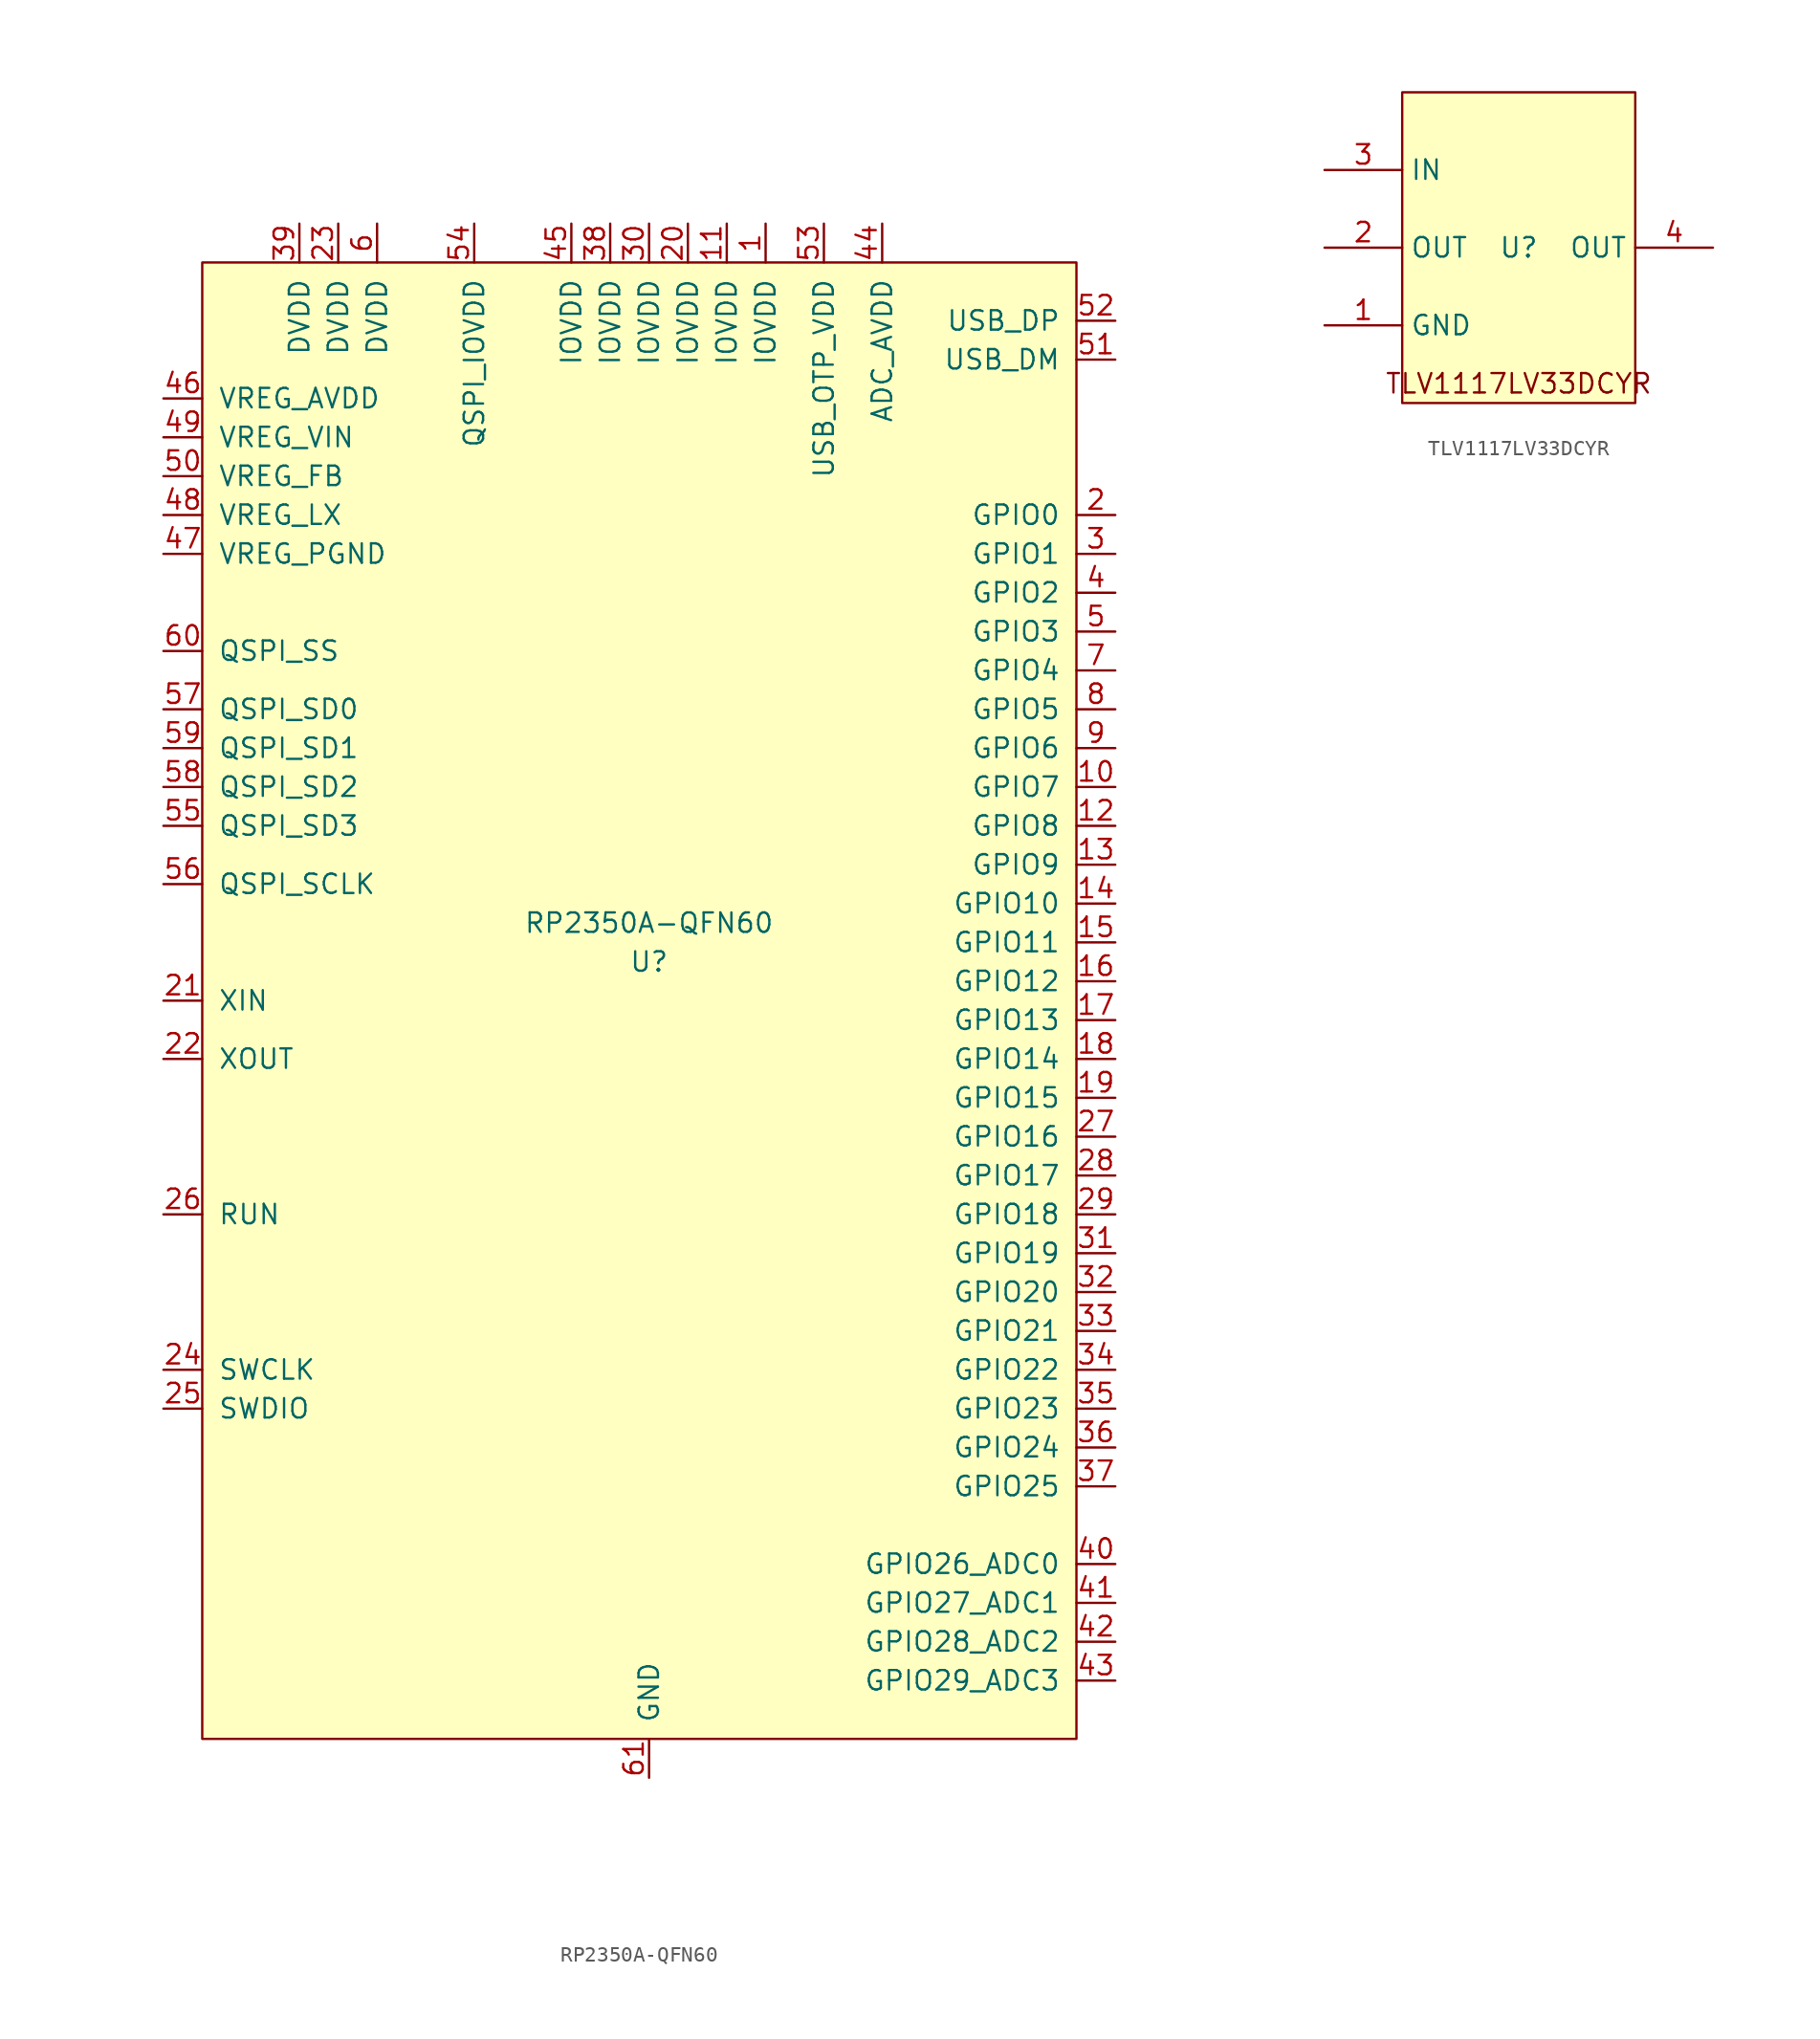
<source format=kicad_sym>
(kicad_symbol_lib
  (version 20241209)
  (generator "kicad_symbol_editor")
  (generator_version "9.0")
  (symbol "RP2350A-QFN60"
    (pin_names
      (offset 1.016))
    (property "Reference" "U"
      (at 0 -1.27 0)
      (effects (font (size 1.27 1.27))))
    (property "Value" "RP2350A-QFN60"
      (at 0 1.27 0)
      (effects (font (size 1.27 1.27))))
    (symbol "RP2350A-QFN60_1_0"
      (pin passive line (at 0 -54.61 90) (length 2.54) (name "GND" (effects (font (size 1.27 1.27)))) (number "61" (effects (font (size 1.27 1.27))))))
    (symbol "RP2350A-QFN60_1_1"
      (rectangle (start -29.21 44.45) (end 27.94 -52.07) (stroke (width 0) (type solid)) (fill (type background)))
      (pin power_in line (at -31.75 35.56 0) (length 2.54) (name "VREG_AVDD" (effects (font (size 1.27 1.27)))) (number "46" (effects (font (size 1.27 1.27)))))
      (pin power_in line (at -31.75 33.02 0) (length 2.54) (name "VREG_VIN" (effects (font (size 1.27 1.27)))) (number "49" (effects (font (size 1.27 1.27)))))
      (pin power_in line (at -31.75 30.48 0) (length 2.54) (name "VREG_FB" (effects (font (size 1.27 1.27)))) (number "50" (effects (font (size 1.27 1.27)))))
      (pin power_out line (at -31.75 27.94 0) (length 2.54) (name "VREG_LX" (effects (font (size 1.27 1.27)))) (number "48" (effects (font (size 1.27 1.27)))))
      (pin input line (at -31.75 25.4 0) (length 2.54) (name "VREG_PGND" (effects (font (size 1.27 1.27)))) (number "47" (effects (font (size 1.27 1.27)))))
      (pin bidirectional line (at -31.75 19.05 0) (length 2.54) (name "QSPI_SS" (effects (font (size 1.27 1.27)))) (number "60" (effects (font (size 1.27 1.27)))))
      (pin bidirectional line (at -31.75 15.24 0) (length 2.54) (name "QSPI_SD0" (effects (font (size 1.27 1.27)))) (number "57" (effects (font (size 1.27 1.27)))))
      (pin bidirectional line (at -31.75 12.7 0) (length 2.54) (name "QSPI_SD1" (effects (font (size 1.27 1.27)))) (number "59" (effects (font (size 1.27 1.27)))))
      (pin bidirectional line (at -31.75 10.16 0) (length 2.54) (name "QSPI_SD2" (effects (font (size 1.27 1.27)))) (number "58" (effects (font (size 1.27 1.27)))))
      (pin bidirectional line (at -31.75 7.62 0) (length 2.54) (name "QSPI_SD3" (effects (font (size 1.27 1.27)))) (number "55" (effects (font (size 1.27 1.27)))))
      (pin bidirectional line (at -31.75 3.81 0) (length 2.54) (name "QSPI_SCLK" (effects (font (size 1.27 1.27)))) (number "56" (effects (font (size 1.27 1.27)))))
      (pin input line (at -31.75 -3.81 0) (length 2.54) (name "XIN" (effects (font (size 1.27 1.27)))) (number "21" (effects (font (size 1.27 1.27)))))
      (pin output line (at -31.75 -7.62 0) (length 2.54) (name "XOUT" (effects (font (size 1.27 1.27)))) (number "22" (effects (font (size 1.27 1.27)))))
      (pin input line (at -31.75 -17.78 0) (length 2.54) (name "RUN" (effects (font (size 1.27 1.27)))) (number "26" (effects (font (size 1.27 1.27)))))
      (pin input line (at -31.75 -27.94 0) (length 2.54) (name "SWCLK" (effects (font (size 1.27 1.27)))) (number "24" (effects (font (size 1.27 1.27)))))
      (pin bidirectional line (at -31.75 -30.48 0) (length 2.54) (name "SWDIO" (effects (font (size 1.27 1.27)))) (number "25" (effects (font (size 1.27 1.27)))))
      (pin power_in line (at -22.86 46.99 270) (length 2.54) (name "DVDD" (effects (font (size 1.27 1.27)))) (number "39" (effects (font (size 1.27 1.27)))))
      (pin power_in line (at -20.32 46.99 270) (length 2.54) (name "DVDD" (effects (font (size 1.27 1.27)))) (number "23" (effects (font (size 1.27 1.27)))))
      (pin power_in line (at -17.78 46.99 270) (length 2.54) (name "DVDD" (effects (font (size 1.27 1.27)))) (number "6" (effects (font (size 1.27 1.27)))))
      (pin power_in line (at -11.43 46.99 270) (length 2.54) (name "QSPI_IOVDD" (effects (font (size 1.27 1.27)))) (number "54" (effects (font (size 1.27 1.27)))))
      (pin power_in line (at -5.08 46.99 270) (length 2.54) (name "IOVDD" (effects (font (size 1.27 1.27)))) (number "45" (effects (font (size 1.27 1.27)))))
      (pin power_in line (at -2.54 46.99 270) (length 2.54) (name "IOVDD" (effects (font (size 1.27 1.27)))) (number "38" (effects (font (size 1.27 1.27)))))
      (pin power_in line (at 0 46.99 270) (length 2.54) (name "IOVDD" (effects (font (size 1.27 1.27)))) (number "30" (effects (font (size 1.27 1.27)))))
      (pin power_in line (at 2.54 46.99 270) (length 2.54) (name "IOVDD" (effects (font (size 1.27 1.27)))) (number "20" (effects (font (size 1.27 1.27)))))
      (pin power_in line (at 5.08 46.99 270) (length 2.54) (name "IOVDD" (effects (font (size 1.27 1.27)))) (number "11" (effects (font (size 1.27 1.27)))))
      (pin power_in line (at 7.62 46.99 270) (length 2.54) (name "IOVDD" (effects (font (size 1.27 1.27)))) (number "1" (effects (font (size 1.27 1.27)))))
      (pin power_in line (at 11.43 46.99 270) (length 2.54) (name "USB_OTP_VDD" (effects (font (size 1.27 1.27)))) (number "53" (effects (font (size 1.27 1.27)))))
      (pin power_in line (at 15.24 46.99 270) (length 2.54) (name "ADC_AVDD" (effects (font (size 1.27 1.27)))) (number "44" (effects (font (size 1.27 1.27)))))
      (pin bidirectional line (at 30.48 40.64 180) (length 2.54) (name "USB_DP" (effects (font (size 1.27 1.27)))) (number "52" (effects (font (size 1.27 1.27)))))
      (pin bidirectional line (at 30.48 38.1 180) (length 2.54) (name "USB_DM" (effects (font (size 1.27 1.27)))) (number "51" (effects (font (size 1.27 1.27)))))
      (pin bidirectional line (at 30.48 27.94 180) (length 2.54) (name "GPIO0" (effects (font (size 1.27 1.27)))) (number "2" (effects (font (size 1.27 1.27)))))
      (pin bidirectional line (at 30.48 25.4 180) (length 2.54) (name "GPIO1" (effects (font (size 1.27 1.27)))) (number "3" (effects (font (size 1.27 1.27)))))
      (pin bidirectional line (at 30.48 22.86 180) (length 2.54) (name "GPIO2" (effects (font (size 1.27 1.27)))) (number "4" (effects (font (size 1.27 1.27)))))
      (pin bidirectional line (at 30.48 20.32 180) (length 2.54) (name "GPIO3" (effects (font (size 1.27 1.27)))) (number "5" (effects (font (size 1.27 1.27)))))
      (pin bidirectional line (at 30.48 17.78 180) (length 2.54) (name "GPIO4" (effects (font (size 1.27 1.27)))) (number "7" (effects (font (size 1.27 1.27)))))
      (pin bidirectional line (at 30.48 15.24 180) (length 2.54) (name "GPIO5" (effects (font (size 1.27 1.27)))) (number "8" (effects (font (size 1.27 1.27)))))
      (pin bidirectional line (at 30.48 12.7 180) (length 2.54) (name "GPIO6" (effects (font (size 1.27 1.27)))) (number "9" (effects (font (size 1.27 1.27)))))
      (pin bidirectional line (at 30.48 10.16 180) (length 2.54) (name "GPIO7" (effects (font (size 1.27 1.27)))) (number "10" (effects (font (size 1.27 1.27)))))
      (pin bidirectional line (at 30.48 7.62 180) (length 2.54) (name "GPIO8" (effects (font (size 1.27 1.27)))) (number "12" (effects (font (size 1.27 1.27)))))
      (pin bidirectional line (at 30.48 5.08 180) (length 2.54) (name "GPIO9" (effects (font (size 1.27 1.27)))) (number "13" (effects (font (size 1.27 1.27)))))
      (pin bidirectional line (at 30.48 2.54 180) (length 2.54) (name "GPIO10" (effects (font (size 1.27 1.27)))) (number "14" (effects (font (size 1.27 1.27)))))
      (pin bidirectional line (at 30.48 0 180) (length 2.54) (name "GPIO11" (effects (font (size 1.27 1.27)))) (number "15" (effects (font (size 1.27 1.27)))))
      (pin bidirectional line (at 30.48 -2.54 180) (length 2.54) (name "GPIO12" (effects (font (size 1.27 1.27)))) (number "16" (effects (font (size 1.27 1.27)))))
      (pin bidirectional line (at 30.48 -5.08 180) (length 2.54) (name "GPIO13" (effects (font (size 1.27 1.27)))) (number "17" (effects (font (size 1.27 1.27)))))
      (pin bidirectional line (at 30.48 -7.62 180) (length 2.54) (name "GPIO14" (effects (font (size 1.27 1.27)))) (number "18" (effects (font (size 1.27 1.27)))))
      (pin bidirectional line (at 30.48 -10.16 180) (length 2.54) (name "GPIO15" (effects (font (size 1.27 1.27)))) (number "19" (effects (font (size 1.27 1.27)))))
      (pin bidirectional line (at 30.48 -12.7 180) (length 2.54) (name "GPIO16" (effects (font (size 1.27 1.27)))) (number "27" (effects (font (size 1.27 1.27)))))
      (pin bidirectional line (at 30.48 -15.24 180) (length 2.54) (name "GPIO17" (effects (font (size 1.27 1.27)))) (number "28" (effects (font (size 1.27 1.27)))))
      (pin bidirectional line (at 30.48 -17.78 180) (length 2.54) (name "GPIO18" (effects (font (size 1.27 1.27)))) (number "29" (effects (font (size 1.27 1.27)))))
      (pin bidirectional line (at 30.48 -20.32 180) (length 2.54) (name "GPIO19" (effects (font (size 1.27 1.27)))) (number "31" (effects (font (size 1.27 1.27)))))
      (pin bidirectional line (at 30.48 -22.86 180) (length 2.54) (name "GPIO20" (effects (font (size 1.27 1.27)))) (number "32" (effects (font (size 1.27 1.27)))))
      (pin bidirectional line (at 30.48 -25.4 180) (length 2.54) (name "GPIO21" (effects (font (size 1.27 1.27)))) (number "33" (effects (font (size 1.27 1.27)))))
      (pin bidirectional line (at 30.48 -27.94 180) (length 2.54) (name "GPIO22" (effects (font (size 1.27 1.27)))) (number "34" (effects (font (size 1.27 1.27)))))
      (pin bidirectional line (at 30.48 -30.48 180) (length 2.54) (name "GPIO23" (effects (font (size 1.27 1.27)))) (number "35" (effects (font (size 1.27 1.27)))))
      (pin bidirectional line (at 30.48 -33.02 180) (length 2.54) (name "GPIO24" (effects (font (size 1.27 1.27)))) (number "36" (effects (font (size 1.27 1.27)))))
      (pin bidirectional line (at 30.48 -35.56 180) (length 2.54) (name "GPIO25" (effects (font (size 1.27 1.27)))) (number "37" (effects (font (size 1.27 1.27)))))
      (pin bidirectional line (at 30.48 -40.64 180) (length 2.54) (name "GPIO26_ADC0" (effects (font (size 1.27 1.27)))) (number "40" (effects (font (size 1.27 1.27)))))
      (pin bidirectional line (at 30.48 -43.18 180) (length 2.54) (name "GPIO27_ADC1" (effects (font (size 1.27 1.27)))) (number "41" (effects (font (size 1.27 1.27)))))
      (pin bidirectional line (at 30.48 -45.72 180) (length 2.54) (name "GPIO28_ADC2" (effects (font (size 1.27 1.27)))) (number "42" (effects (font (size 1.27 1.27)))))
      (pin bidirectional line (at 30.48 -48.26 180) (length 2.54) (name "GPIO29_ADC3" (effects (font (size 1.27 1.27)))) (number "43" (effects (font (size 1.27 1.27)))))))
  (symbol "TLV1117LV33DCYR"
    (property "Reference" "U"
      (at 0 0 0)
      (effects (font (size 1.27 1.27))))
    (property "Value" ""
      (at 0 0 0)
      (effects (font (size 1.27 1.27))))
    (symbol "TLV1117LV33DCYR_1_1"
      (rectangle (start -7.62 10.16) (end 7.62 -10.16) (stroke (width 0) (type solid)) (fill (type background)))
      (text "TLV1117LV33DCYR" (at 0 -8.89 0) (effects (font (size 1.27 1.27))))
      (pin power_in line (at -12.7 5.08 0) (length 5.08) (name "IN" (effects (font (size 1.27 1.27)))) (number "3" (effects (font (size 1.27 1.27)))))
      (pin power_in line (at -12.7 0 0) (length 5.08) (name "OUT" (effects (font (size 1.27 1.27)))) (number "2" (effects (font (size 1.27 1.27)))))
      (pin power_in line (at -12.7 -5.08 0) (length 5.08) (name "GND" (effects (font (size 1.27 1.27)))) (number "1" (effects (font (size 1.27 1.27)))))
      (pin power_in line (at 12.7 0 180) (length 5.08) (name "OUT" (effects (font (size 1.27 1.27)))) (number "4" (effects (font (size 1.27 1.27))))))))
</source>
